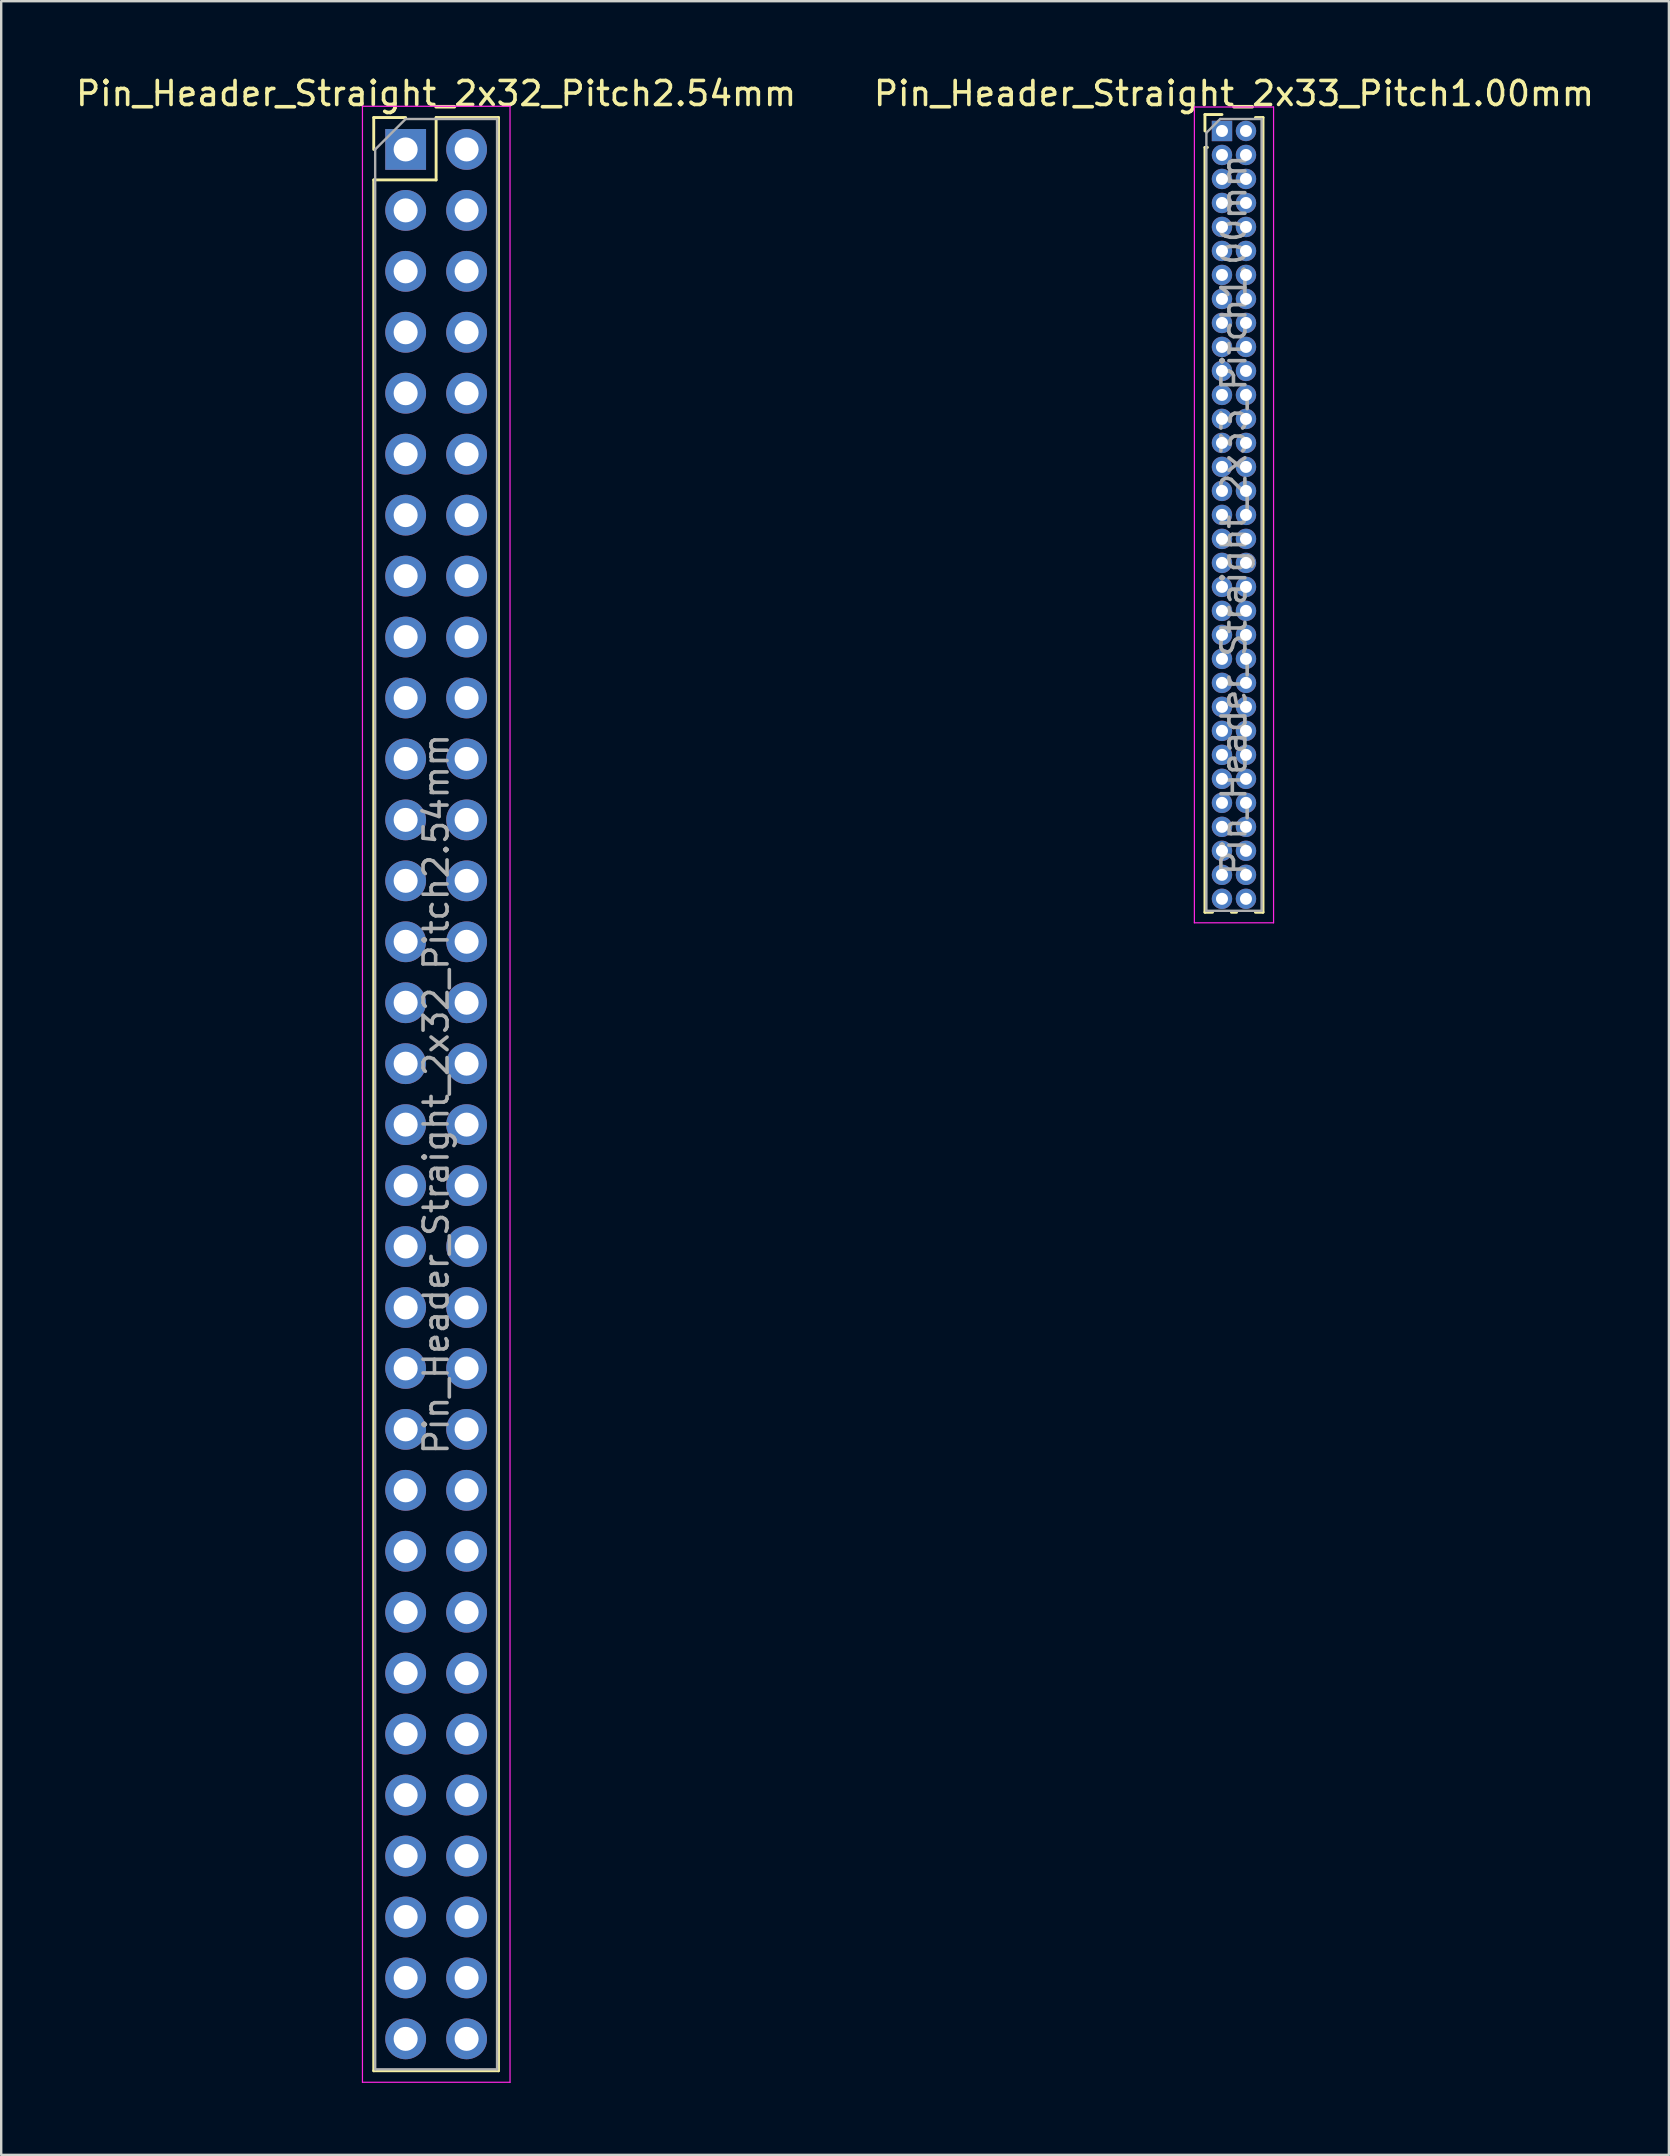
<source format=kicad_pcb>
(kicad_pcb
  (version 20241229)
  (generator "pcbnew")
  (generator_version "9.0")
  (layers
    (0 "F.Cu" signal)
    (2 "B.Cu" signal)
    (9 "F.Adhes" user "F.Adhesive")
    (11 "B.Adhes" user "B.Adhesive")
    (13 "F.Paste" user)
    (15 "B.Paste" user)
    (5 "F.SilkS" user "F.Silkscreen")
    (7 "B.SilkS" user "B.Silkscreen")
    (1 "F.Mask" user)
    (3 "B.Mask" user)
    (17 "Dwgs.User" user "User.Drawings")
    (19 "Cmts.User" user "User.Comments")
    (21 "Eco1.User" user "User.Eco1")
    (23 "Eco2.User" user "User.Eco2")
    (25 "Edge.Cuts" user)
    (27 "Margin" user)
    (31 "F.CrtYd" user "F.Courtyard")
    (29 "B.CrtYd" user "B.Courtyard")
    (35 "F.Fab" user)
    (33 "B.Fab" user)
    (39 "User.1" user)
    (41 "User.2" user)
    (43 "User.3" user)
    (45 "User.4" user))
  (footprint "Pin_Header_Straight_2x32_Pitch2.54mm"
    (layer "F.Cu")
    (at 13.855 3.178)
    (property "Reference" "Pin_Header_Straight_2x32_Pitch2.54mm" (at 1.27 -2.33 0) (layer "F.SilkS") (effects (font (size 1 1) (thickness 0.15))))
    (attr through_hole)
    (fp_line (start -1.33 -1.33) (end 0 -1.33) (stroke (width 0.12) (type solid)) (layer "F.SilkS"))
    (fp_line (start -1.33 0) (end -1.33 -1.33) (stroke (width 0.12) (type solid)) (layer "F.SilkS"))
    (fp_line (start -1.33 1.27) (end -1.33 80.07) (stroke (width 0.12) (type solid)) (layer "F.SilkS"))
    (fp_line (start -1.33 1.27) (end 1.27 1.27) (stroke (width 0.12) (type solid)) (layer "F.SilkS"))
    (fp_line (start -1.33 80.07) (end 3.87 80.07) (stroke (width 0.12) (type solid)) (layer "F.SilkS"))
    (fp_line (start 1.27 -1.33) (end 3.87 -1.33) (stroke (width 0.12) (type solid)) (layer "F.SilkS"))
    (fp_line (start 1.27 1.27) (end 1.27 -1.33) (stroke (width 0.12) (type solid)) (layer "F.SilkS"))
    (fp_line (start 3.87 -1.33) (end 3.87 80.07) (stroke (width 0.12) (type solid)) (layer "F.SilkS"))
    (fp_line (start -1.8 -1.8) (end -1.8 80.55) (stroke (width 0.05) (type solid)) (layer "F.CrtYd"))
    (fp_line (start -1.8 80.55) (end 4.35 80.55) (stroke (width 0.05) (type solid)) (layer "F.CrtYd"))
    (fp_line (start 4.35 -1.8) (end -1.8 -1.8) (stroke (width 0.05) (type solid)) (layer "F.CrtYd"))
    (fp_line (start 4.35 80.55) (end 4.35 -1.8) (stroke (width 0.05) (type solid)) (layer "F.CrtYd"))
    (fp_line (start -1.27 0) (end 0 -1.27) (stroke (width 0.1) (type solid)) (layer "F.Fab"))
    (fp_line (start -1.27 80.01) (end -1.27 0) (stroke (width 0.1) (type solid)) (layer "F.Fab"))
    (fp_line (start 0 -1.27) (end 3.81 -1.27) (stroke (width 0.1) (type solid)) (layer "F.Fab"))
    (fp_line (start 3.81 -1.27) (end 3.81 80.01) (stroke (width 0.1) (type solid)) (layer "F.Fab"))
    (fp_line (start 3.81 80.01) (end -1.27 80.01) (stroke (width 0.1) (type solid)) (layer "F.Fab"))
    (fp_text user "${REFERENCE}" (at 1.27 39.37 90) (layer "F.Fab") (effects (font (size 1 1) (thickness 0.15))))
    (pad "1" thru_hole rect (at 0 0) (size 1.7 1.7) (drill 1) (layers "*.Cu" "*.Mask"))
    (pad "2" thru_hole oval (at 2.54 0) (size 1.7 1.7) (drill 1) (layers "*.Cu" "*.Mask"))
    (pad "3" thru_hole oval (at 0 2.54) (size 1.7 1.7) (drill 1) (layers "*.Cu" "*.Mask"))
    (pad "4" thru_hole oval (at 2.54 2.54) (size 1.7 1.7) (drill 1) (layers "*.Cu" "*.Mask"))
    (pad "5" thru_hole oval (at 0 5.08) (size 1.7 1.7) (drill 1) (layers "*.Cu" "*.Mask"))
    (pad "6" thru_hole oval (at 2.54 5.08) (size 1.7 1.7) (drill 1) (layers "*.Cu" "*.Mask"))
    (pad "7" thru_hole oval (at 0 7.62) (size 1.7 1.7) (drill 1) (layers "*.Cu" "*.Mask"))
    (pad "8" thru_hole oval (at 2.54 7.62) (size 1.7 1.7) (drill 1) (layers "*.Cu" "*.Mask"))
    (pad "9" thru_hole oval (at 0 10.16) (size 1.7 1.7) (drill 1) (layers "*.Cu" "*.Mask"))
    (pad "10" thru_hole oval (at 2.54 10.16) (size 1.7 1.7) (drill 1) (layers "*.Cu" "*.Mask"))
    (pad "11" thru_hole oval (at 0 12.7) (size 1.7 1.7) (drill 1) (layers "*.Cu" "*.Mask"))
    (pad "12" thru_hole oval (at 2.54 12.7) (size 1.7 1.7) (drill 1) (layers "*.Cu" "*.Mask"))
    (pad "13" thru_hole oval (at 0 15.24) (size 1.7 1.7) (drill 1) (layers "*.Cu" "*.Mask"))
    (pad "14" thru_hole oval (at 2.54 15.24) (size 1.7 1.7) (drill 1) (layers "*.Cu" "*.Mask"))
    (pad "15" thru_hole oval (at 0 17.78) (size 1.7 1.7) (drill 1) (layers "*.Cu" "*.Mask"))
    (pad "16" thru_hole oval (at 2.54 17.78) (size 1.7 1.7) (drill 1) (layers "*.Cu" "*.Mask"))
    (pad "17" thru_hole oval (at 0 20.32) (size 1.7 1.7) (drill 1) (layers "*.Cu" "*.Mask"))
    (pad "18" thru_hole oval (at 2.54 20.32) (size 1.7 1.7) (drill 1) (layers "*.Cu" "*.Mask"))
    (pad "19" thru_hole oval (at 0 22.86) (size 1.7 1.7) (drill 1) (layers "*.Cu" "*.Mask"))
    (pad "20" thru_hole oval (at 2.54 22.86) (size 1.7 1.7) (drill 1) (layers "*.Cu" "*.Mask"))
    (pad "21" thru_hole oval (at 0 25.4) (size 1.7 1.7) (drill 1) (layers "*.Cu" "*.Mask"))
    (pad "22" thru_hole oval (at 2.54 25.4) (size 1.7 1.7) (drill 1) (layers "*.Cu" "*.Mask"))
    (pad "23" thru_hole oval (at 0 27.94) (size 1.7 1.7) (drill 1) (layers "*.Cu" "*.Mask"))
    (pad "24" thru_hole oval (at 2.54 27.94) (size 1.7 1.7) (drill 1) (layers "*.Cu" "*.Mask"))
    (pad "25" thru_hole oval (at 0 30.48) (size 1.7 1.7) (drill 1) (layers "*.Cu" "*.Mask"))
    (pad "26" thru_hole oval (at 2.54 30.48) (size 1.7 1.7) (drill 1) (layers "*.Cu" "*.Mask"))
    (pad "27" thru_hole oval (at 0 33.02) (size 1.7 1.7) (drill 1) (layers "*.Cu" "*.Mask"))
    (pad "28" thru_hole oval (at 2.54 33.02) (size 1.7 1.7) (drill 1) (layers "*.Cu" "*.Mask"))
    (pad "29" thru_hole oval (at 0 35.56) (size 1.7 1.7) (drill 1) (layers "*.Cu" "*.Mask"))
    (pad "30" thru_hole oval (at 2.54 35.56) (size 1.7 1.7) (drill 1) (layers "*.Cu" "*.Mask"))
    (pad "31" thru_hole oval (at 0 38.1) (size 1.7 1.7) (drill 1) (layers "*.Cu" "*.Mask"))
    (pad "32" thru_hole oval (at 2.54 38.1) (size 1.7 1.7) (drill 1) (layers "*.Cu" "*.Mask"))
    (pad "33" thru_hole oval (at 0 40.64) (size 1.7 1.7) (drill 1) (layers "*.Cu" "*.Mask"))
    (pad "34" thru_hole oval (at 2.54 40.64) (size 1.7 1.7) (drill 1) (layers "*.Cu" "*.Mask"))
    (pad "35" thru_hole oval (at 0 43.18) (size 1.7 1.7) (drill 1) (layers "*.Cu" "*.Mask"))
    (pad "36" thru_hole oval (at 2.54 43.18) (size 1.7 1.7) (drill 1) (layers "*.Cu" "*.Mask"))
    (pad "37" thru_hole oval (at 0 45.72) (size 1.7 1.7) (drill 1) (layers "*.Cu" "*.Mask"))
    (pad "38" thru_hole oval (at 2.54 45.72) (size 1.7 1.7) (drill 1) (layers "*.Cu" "*.Mask"))
    (pad "39" thru_hole oval (at 0 48.26) (size 1.7 1.7) (drill 1) (layers "*.Cu" "*.Mask"))
    (pad "40" thru_hole oval (at 2.54 48.26) (size 1.7 1.7) (drill 1) (layers "*.Cu" "*.Mask"))
    (pad "41" thru_hole oval (at 0 50.8) (size 1.7 1.7) (drill 1) (layers "*.Cu" "*.Mask"))
    (pad "42" thru_hole oval (at 2.54 50.8) (size 1.7 1.7) (drill 1) (layers "*.Cu" "*.Mask"))
    (pad "43" thru_hole oval (at 0 53.34) (size 1.7 1.7) (drill 1) (layers "*.Cu" "*.Mask"))
    (pad "44" thru_hole oval (at 2.54 53.34) (size 1.7 1.7) (drill 1) (layers "*.Cu" "*.Mask"))
    (pad "45" thru_hole oval (at 0 55.88) (size 1.7 1.7) (drill 1) (layers "*.Cu" "*.Mask"))
    (pad "46" thru_hole oval (at 2.54 55.88) (size 1.7 1.7) (drill 1) (layers "*.Cu" "*.Mask"))
    (pad "47" thru_hole oval (at 0 58.42) (size 1.7 1.7) (drill 1) (layers "*.Cu" "*.Mask"))
    (pad "48" thru_hole oval (at 2.54 58.42) (size 1.7 1.7) (drill 1) (layers "*.Cu" "*.Mask"))
    (pad "49" thru_hole oval (at 0 60.96) (size 1.7 1.7) (drill 1) (layers "*.Cu" "*.Mask"))
    (pad "50" thru_hole oval (at 2.54 60.96) (size 1.7 1.7) (drill 1) (layers "*.Cu" "*.Mask"))
    (pad "51" thru_hole oval (at 0 63.5) (size 1.7 1.7) (drill 1) (layers "*.Cu" "*.Mask"))
    (pad "52" thru_hole oval (at 2.54 63.5) (size 1.7 1.7) (drill 1) (layers "*.Cu" "*.Mask"))
    (pad "53" thru_hole oval (at 0 66.04) (size 1.7 1.7) (drill 1) (layers "*.Cu" "*.Mask"))
    (pad "54" thru_hole oval (at 2.54 66.04) (size 1.7 1.7) (drill 1) (layers "*.Cu" "*.Mask"))
    (pad "55" thru_hole oval (at 0 68.58) (size 1.7 1.7) (drill 1) (layers "*.Cu" "*.Mask"))
    (pad "56" thru_hole oval (at 2.54 68.58) (size 1.7 1.7) (drill 1) (layers "*.Cu" "*.Mask"))
    (pad "57" thru_hole oval (at 0 71.12) (size 1.7 1.7) (drill 1) (layers "*.Cu" "*.Mask"))
    (pad "58" thru_hole oval (at 2.54 71.12) (size 1.7 1.7) (drill 1) (layers "*.Cu" "*.Mask"))
    (pad "59" thru_hole oval (at 0 73.66) (size 1.7 1.7) (drill 1) (layers "*.Cu" "*.Mask"))
    (pad "60" thru_hole oval (at 2.54 73.66) (size 1.7 1.7) (drill 1) (layers "*.Cu" "*.Mask"))
    (pad "61" thru_hole oval (at 0 76.2) (size 1.7 1.7) (drill 1) (layers "*.Cu" "*.Mask"))
    (pad "62" thru_hole oval (at 2.54 76.2) (size 1.7 1.7) (drill 1) (layers "*.Cu" "*.Mask"))
    (pad "63" thru_hole oval (at 0 78.74) (size 1.7 1.7) (drill 1) (layers "*.Cu" "*.Mask"))
    (pad "64" thru_hole oval (at 2.54 78.74) (size 1.7 1.7) (drill 1) (layers "*.Cu" "*.Mask")))
  (footprint "Pin_Header_Straight_2x33_Pitch1.00mm"
    (layer "F.Cu")
    (at 47.875 2.408)
    (property "Reference" "Pin_Header_Straight_2x33_Pitch1.00mm" (at 0.5 -1.56 0) (layer "F.SilkS") (effects (font (size 1 1) (thickness 0.15))))
    (attr through_hole)
    (fp_line (start -0.71 -0.685) (end 0 -0.685) (stroke (width 0.12) (type solid)) (layer "F.SilkS"))
    (fp_line (start -0.71 0) (end -0.71 -0.685) (stroke (width 0.12) (type solid)) (layer "F.SilkS"))
    (fp_line (start -0.71 0.685) (end -0.71 32.56) (stroke (width 0.12) (type solid)) (layer "F.SilkS"))
    (fp_line (start -0.71 0.685) (end -0.608 0.685) (stroke (width 0.12) (type solid)) (layer "F.SilkS"))
    (fp_line (start -0.71 32.56) (end -0.394 32.56) (stroke (width 0.12) (type solid)) (layer "F.SilkS"))
    (fp_line (start 0.394 32.56) (end 0.606 32.56) (stroke (width 0.12) (type solid)) (layer "F.SilkS"))
    (fp_line (start 1.394 -0.56) (end 1.71 -0.56) (stroke (width 0.12) (type solid)) (layer "F.SilkS"))
    (fp_line (start 1.394 32.56) (end 1.71 32.56) (stroke (width 0.12) (type solid)) (layer "F.SilkS"))
    (fp_line (start 1.71 -0.56) (end 1.71 32.56) (stroke (width 0.12) (type solid)) (layer "F.SilkS"))
    (fp_line (start -1.15 -1) (end -1.15 33) (stroke (width 0.05) (type solid)) (layer "F.CrtYd"))
    (fp_line (start -1.15 33) (end 2.15 33) (stroke (width 0.05) (type solid)) (layer "F.CrtYd"))
    (fp_line (start 2.15 -1) (end -1.15 -1) (stroke (width 0.05) (type solid)) (layer "F.CrtYd"))
    (fp_line (start 2.15 33) (end 2.15 -1) (stroke (width 0.05) (type solid)) (layer "F.CrtYd"))
    (fp_line (start -0.65 0.075) (end -0.075 -0.5) (stroke (width 0.1) (type solid)) (layer "F.Fab"))
    (fp_line (start -0.65 32.5) (end -0.65 0.075) (stroke (width 0.1) (type solid)) (layer "F.Fab"))
    (fp_line (start -0.075 -0.5) (end 1.65 -0.5) (stroke (width 0.1) (type solid)) (layer "F.Fab"))
    (fp_line (start 1.65 -0.5) (end 1.65 32.5) (stroke (width 0.1) (type solid)) (layer "F.Fab"))
    (fp_line (start 1.65 32.5) (end -0.65 32.5) (stroke (width 0.1) (type solid)) (layer "F.Fab"))
    (fp_text user "${REFERENCE}" (at 0.5 16 90) (layer "F.Fab") (effects (font (size 1 1) (thickness 0.15))))
    (pad "1" thru_hole rect (at 0 0) (size 0.85 0.85) (drill 0.5) (layers "*.Cu" "*.Mask"))
    (pad "2" thru_hole oval (at 1 0) (size 0.85 0.85) (drill 0.5) (layers "*.Cu" "*.Mask"))
    (pad "3" thru_hole oval (at 0 1) (size 0.85 0.85) (drill 0.5) (layers "*.Cu" "*.Mask"))
    (pad "4" thru_hole oval (at 1 1) (size 0.85 0.85) (drill 0.5) (layers "*.Cu" "*.Mask"))
    (pad "5" thru_hole oval (at 0 2) (size 0.85 0.85) (drill 0.5) (layers "*.Cu" "*.Mask"))
    (pad "6" thru_hole oval (at 1 2) (size 0.85 0.85) (drill 0.5) (layers "*.Cu" "*.Mask"))
    (pad "7" thru_hole oval (at 0 3) (size 0.85 0.85) (drill 0.5) (layers "*.Cu" "*.Mask"))
    (pad "8" thru_hole oval (at 1 3) (size 0.85 0.85) (drill 0.5) (layers "*.Cu" "*.Mask"))
    (pad "9" thru_hole oval (at 0 4) (size 0.85 0.85) (drill 0.5) (layers "*.Cu" "*.Mask"))
    (pad "10" thru_hole oval (at 1 4) (size 0.85 0.85) (drill 0.5) (layers "*.Cu" "*.Mask"))
    (pad "11" thru_hole oval (at 0 5) (size 0.85 0.85) (drill 0.5) (layers "*.Cu" "*.Mask"))
    (pad "12" thru_hole oval (at 1 5) (size 0.85 0.85) (drill 0.5) (layers "*.Cu" "*.Mask"))
    (pad "13" thru_hole oval (at 0 6) (size 0.85 0.85) (drill 0.5) (layers "*.Cu" "*.Mask"))
    (pad "14" thru_hole oval (at 1 6) (size 0.85 0.85) (drill 0.5) (layers "*.Cu" "*.Mask"))
    (pad "15" thru_hole oval (at 0 7) (size 0.85 0.85) (drill 0.5) (layers "*.Cu" "*.Mask"))
    (pad "16" thru_hole oval (at 1 7) (size 0.85 0.85) (drill 0.5) (layers "*.Cu" "*.Mask"))
    (pad "17" thru_hole oval (at 0 8) (size 0.85 0.85) (drill 0.5) (layers "*.Cu" "*.Mask"))
    (pad "18" thru_hole oval (at 1 8) (size 0.85 0.85) (drill 0.5) (layers "*.Cu" "*.Mask"))
    (pad "19" thru_hole oval (at 0 9) (size 0.85 0.85) (drill 0.5) (layers "*.Cu" "*.Mask"))
    (pad "20" thru_hole oval (at 1 9) (size 0.85 0.85) (drill 0.5) (layers "*.Cu" "*.Mask"))
    (pad "21" thru_hole oval (at 0 10) (size 0.85 0.85) (drill 0.5) (layers "*.Cu" "*.Mask"))
    (pad "22" thru_hole oval (at 1 10) (size 0.85 0.85) (drill 0.5) (layers "*.Cu" "*.Mask"))
    (pad "23" thru_hole oval (at 0 11) (size 0.85 0.85) (drill 0.5) (layers "*.Cu" "*.Mask"))
    (pad "24" thru_hole oval (at 1 11) (size 0.85 0.85) (drill 0.5) (layers "*.Cu" "*.Mask"))
    (pad "25" thru_hole oval (at 0 12) (size 0.85 0.85) (drill 0.5) (layers "*.Cu" "*.Mask"))
    (pad "26" thru_hole oval (at 1 12) (size 0.85 0.85) (drill 0.5) (layers "*.Cu" "*.Mask"))
    (pad "27" thru_hole oval (at 0 13) (size 0.85 0.85) (drill 0.5) (layers "*.Cu" "*.Mask"))
    (pad "28" thru_hole oval (at 1 13) (size 0.85 0.85) (drill 0.5) (layers "*.Cu" "*.Mask"))
    (pad "29" thru_hole oval (at 0 14) (size 0.85 0.85) (drill 0.5) (layers "*.Cu" "*.Mask"))
    (pad "30" thru_hole oval (at 1 14) (size 0.85 0.85) (drill 0.5) (layers "*.Cu" "*.Mask"))
    (pad "31" thru_hole oval (at 0 15) (size 0.85 0.85) (drill 0.5) (layers "*.Cu" "*.Mask"))
    (pad "32" thru_hole oval (at 1 15) (size 0.85 0.85) (drill 0.5) (layers "*.Cu" "*.Mask"))
    (pad "33" thru_hole oval (at 0 16) (size 0.85 0.85) (drill 0.5) (layers "*.Cu" "*.Mask"))
    (pad "34" thru_hole oval (at 1 16) (size 0.85 0.85) (drill 0.5) (layers "*.Cu" "*.Mask"))
    (pad "35" thru_hole oval (at 0 17) (size 0.85 0.85) (drill 0.5) (layers "*.Cu" "*.Mask"))
    (pad "36" thru_hole oval (at 1 17) (size 0.85 0.85) (drill 0.5) (layers "*.Cu" "*.Mask"))
    (pad "37" thru_hole oval (at 0 18) (size 0.85 0.85) (drill 0.5) (layers "*.Cu" "*.Mask"))
    (pad "38" thru_hole oval (at 1 18) (size 0.85 0.85) (drill 0.5) (layers "*.Cu" "*.Mask"))
    (pad "39" thru_hole oval (at 0 19) (size 0.85 0.85) (drill 0.5) (layers "*.Cu" "*.Mask"))
    (pad "40" thru_hole oval (at 1 19) (size 0.85 0.85) (drill 0.5) (layers "*.Cu" "*.Mask"))
    (pad "41" thru_hole oval (at 0 20) (size 0.85 0.85) (drill 0.5) (layers "*.Cu" "*.Mask"))
    (pad "42" thru_hole oval (at 1 20) (size 0.85 0.85) (drill 0.5) (layers "*.Cu" "*.Mask"))
    (pad "43" thru_hole oval (at 0 21) (size 0.85 0.85) (drill 0.5) (layers "*.Cu" "*.Mask"))
    (pad "44" thru_hole oval (at 1 21) (size 0.85 0.85) (drill 0.5) (layers "*.Cu" "*.Mask"))
    (pad "45" thru_hole oval (at 0 22) (size 0.85 0.85) (drill 0.5) (layers "*.Cu" "*.Mask"))
    (pad "46" thru_hole oval (at 1 22) (size 0.85 0.85) (drill 0.5) (layers "*.Cu" "*.Mask"))
    (pad "47" thru_hole oval (at 0 23) (size 0.85 0.85) (drill 0.5) (layers "*.Cu" "*.Mask"))
    (pad "48" thru_hole oval (at 1 23) (size 0.85 0.85) (drill 0.5) (layers "*.Cu" "*.Mask"))
    (pad "49" thru_hole oval (at 0 24) (size 0.85 0.85) (drill 0.5) (layers "*.Cu" "*.Mask"))
    (pad "50" thru_hole oval (at 1 24) (size 0.85 0.85) (drill 0.5) (layers "*.Cu" "*.Mask"))
    (pad "51" thru_hole oval (at 0 25) (size 0.85 0.85) (drill 0.5) (layers "*.Cu" "*.Mask"))
    (pad "52" thru_hole oval (at 1 25) (size 0.85 0.85) (drill 0.5) (layers "*.Cu" "*.Mask"))
    (pad "53" thru_hole oval (at 0 26) (size 0.85 0.85) (drill 0.5) (layers "*.Cu" "*.Mask"))
    (pad "54" thru_hole oval (at 1 26) (size 0.85 0.85) (drill 0.5) (layers "*.Cu" "*.Mask"))
    (pad "55" thru_hole oval (at 0 27) (size 0.85 0.85) (drill 0.5) (layers "*.Cu" "*.Mask"))
    (pad "56" thru_hole oval (at 1 27) (size 0.85 0.85) (drill 0.5) (layers "*.Cu" "*.Mask"))
    (pad "57" thru_hole oval (at 0 28) (size 0.85 0.85) (drill 0.5) (layers "*.Cu" "*.Mask"))
    (pad "58" thru_hole oval (at 1 28) (size 0.85 0.85) (drill 0.5) (layers "*.Cu" "*.Mask"))
    (pad "59" thru_hole oval (at 0 29) (size 0.85 0.85) (drill 0.5) (layers "*.Cu" "*.Mask"))
    (pad "60" thru_hole oval (at 1 29) (size 0.85 0.85) (drill 0.5) (layers "*.Cu" "*.Mask"))
    (pad "61" thru_hole oval (at 0 30) (size 0.85 0.85) (drill 0.5) (layers "*.Cu" "*.Mask"))
    (pad "62" thru_hole oval (at 1 30) (size 0.85 0.85) (drill 0.5) (layers "*.Cu" "*.Mask"))
    (pad "63" thru_hole oval (at 0 31) (size 0.85 0.85) (drill 0.5) (layers "*.Cu" "*.Mask"))
    (pad "64" thru_hole oval (at 1 31) (size 0.85 0.85) (drill 0.5) (layers "*.Cu" "*.Mask"))
    (pad "65" thru_hole oval (at 0 32) (size 0.85 0.85) (drill 0.5) (layers "*.Cu" "*.Mask"))
    (pad "66" thru_hole oval (at 1 32) (size 0.85 0.85) (drill 0.5) (layers "*.Cu" "*.Mask")))
  (gr_rect
    (start -3 -3)
    (end 66.5 86.753)
    (stroke (width 0.1) (type default))
    (fill no)
    (layer "Edge.Cuts")))
</source>
